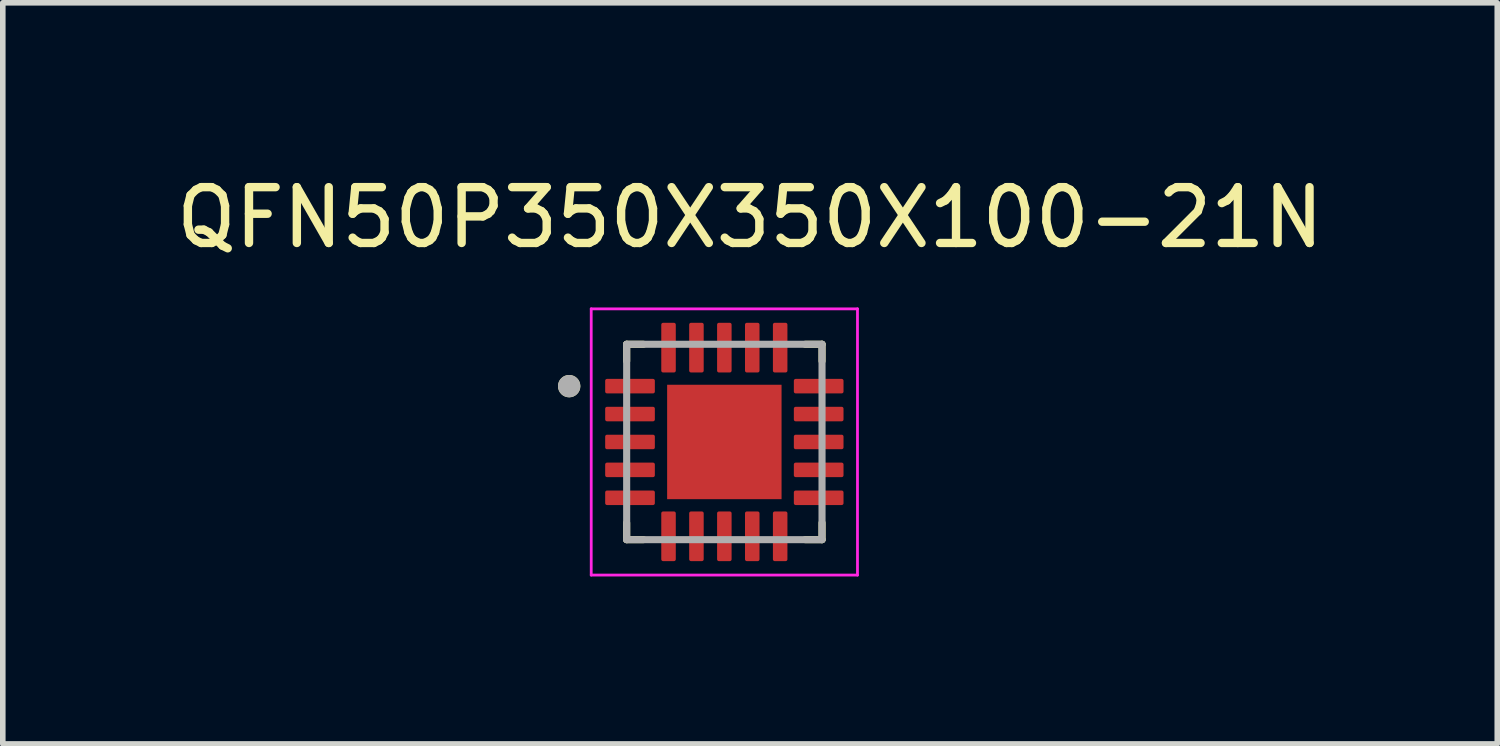
<source format=kicad_pcb>
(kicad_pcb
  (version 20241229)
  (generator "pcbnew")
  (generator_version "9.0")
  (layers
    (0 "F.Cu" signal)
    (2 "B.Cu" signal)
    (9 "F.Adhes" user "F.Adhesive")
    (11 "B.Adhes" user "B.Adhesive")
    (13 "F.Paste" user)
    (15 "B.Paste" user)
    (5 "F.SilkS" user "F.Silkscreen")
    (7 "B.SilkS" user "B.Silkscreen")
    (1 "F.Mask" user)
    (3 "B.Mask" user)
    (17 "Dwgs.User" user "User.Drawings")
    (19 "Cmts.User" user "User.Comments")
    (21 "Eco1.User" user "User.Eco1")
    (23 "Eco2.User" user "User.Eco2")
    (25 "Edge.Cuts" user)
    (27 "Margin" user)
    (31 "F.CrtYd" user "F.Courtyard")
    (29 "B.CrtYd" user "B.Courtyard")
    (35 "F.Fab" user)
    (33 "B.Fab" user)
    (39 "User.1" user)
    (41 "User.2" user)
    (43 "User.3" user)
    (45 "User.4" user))
  (footprint "QFN50P350X350X100-21N"
    (layer "F.Cu")
    (at 9.927 4.868)
    (property "Reference" "QFN50P350X350X100-21N" (at 0.46 -4.02 0) (layer "F.SilkS") (effects (font (size 1 1) (thickness 0.15))))
    (attr smd)
    (fp_line (start -1.75 -1.75) (end -1.75 -1.45) (stroke (width 0.127) (type solid)) (layer "F.SilkS"))
    (fp_line (start -1.75 -1.75) (end -1.45 -1.75) (stroke (width 0.127) (type solid)) (layer "F.SilkS"))
    (fp_line (start -1.75 1.75) (end -1.75 1.45) (stroke (width 0.127) (type solid)) (layer "F.SilkS"))
    (fp_line (start -1.75 1.75) (end -1.45 1.75) (stroke (width 0.127) (type solid)) (layer "F.SilkS"))
    (fp_line (start 1.75 -1.75) (end 1.45 -1.75) (stroke (width 0.127) (type solid)) (layer "F.SilkS"))
    (fp_line (start 1.75 -1.75) (end 1.75 -1.45) (stroke (width 0.127) (type solid)) (layer "F.SilkS"))
    (fp_line (start 1.75 1.75) (end 1.45 1.75) (stroke (width 0.127) (type solid)) (layer "F.SilkS"))
    (fp_line (start 1.75 1.75) (end 1.75 1.45) (stroke (width 0.127) (type solid)) (layer "F.SilkS"))
    (fp_circle (center -2.78 -1) (end -2.68 -1) (stroke (width 0.2) (type solid)) (fill no) (layer "F.SilkS"))
    (fp_poly (pts (xy -0.65 -0.65) (xy 0.65 -0.65) (xy 0.65 0.65) (xy -0.65 0.65)) (stroke (width 0.01) (type solid)) (fill yes) (layer "F.Paste"))
    (fp_line (start -2.385 -2.385) (end 2.385 -2.385) (stroke (width 0.05) (type solid)) (layer "F.CrtYd"))
    (fp_line (start -2.385 2.385) (end -2.385 -2.385) (stroke (width 0.05) (type solid)) (layer "F.CrtYd"))
    (fp_line (start -2.385 2.385) (end 2.385 2.385) (stroke (width 0.05) (type solid)) (layer "F.CrtYd"))
    (fp_line (start 2.385 2.385) (end 2.385 -2.385) (stroke (width 0.05) (type solid)) (layer "F.CrtYd"))
    (fp_line (start -1.75 1.75) (end -1.75 -1.75) (stroke (width 0.127) (type solid)) (layer "F.Fab"))
    (fp_line (start 1.75 -1.75) (end -1.75 -1.75) (stroke (width 0.127) (type solid)) (layer "F.Fab"))
    (fp_line (start 1.75 1.75) (end -1.75 1.75) (stroke (width 0.127) (type solid)) (layer "F.Fab"))
    (fp_line (start 1.75 1.75) (end 1.75 -1.75) (stroke (width 0.127) (type solid)) (layer "F.Fab"))
    (fp_circle (center -2.78 -1) (end -2.68 -1) (stroke (width 0.2) (type solid)) (fill no) (layer "F.Fab"))
    (pad "1" smd roundrect (at -1.69 -1) (size 0.89 0.26) (layers "F.Cu" "F.Mask" "F.Paste") (roundrect_rratio 0.125))
    (pad "2" smd roundrect (at -1.69 -0.5) (size 0.89 0.26) (layers "F.Cu" "F.Mask" "F.Paste") (roundrect_rratio 0.125))
    (pad "3" smd roundrect (at -1.69 0) (size 0.89 0.26) (layers "F.Cu" "F.Mask" "F.Paste") (roundrect_rratio 0.125))
    (pad "4" smd roundrect (at -1.69 0.5) (size 0.89 0.26) (layers "F.Cu" "F.Mask" "F.Paste") (roundrect_rratio 0.125))
    (pad "5" smd roundrect (at -1.69 1) (size 0.89 0.26) (layers "F.Cu" "F.Mask" "F.Paste") (roundrect_rratio 0.125))
    (pad "6" smd roundrect (at -1 1.69) (size 0.26 0.89) (layers "F.Cu" "F.Mask" "F.Paste") (roundrect_rratio 0.125))
    (pad "7" smd roundrect (at -0.5 1.69) (size 0.26 0.89) (layers "F.Cu" "F.Mask" "F.Paste") (roundrect_rratio 0.125))
    (pad "8" smd roundrect (at 0 1.69) (size 0.26 0.89) (layers "F.Cu" "F.Mask" "F.Paste") (roundrect_rratio 0.125))
    (pad "9" smd roundrect (at 0.5 1.69) (size 0.26 0.89) (layers "F.Cu" "F.Mask" "F.Paste") (roundrect_rratio 0.125))
    (pad "10" smd roundrect (at 1 1.69) (size 0.26 0.89) (layers "F.Cu" "F.Mask" "F.Paste") (roundrect_rratio 0.125))
    (pad "11" smd roundrect (at 1.69 1) (size 0.89 0.26) (layers "F.Cu" "F.Mask" "F.Paste") (roundrect_rratio 0.125))
    (pad "12" smd roundrect (at 1.69 0.5) (size 0.89 0.26) (layers "F.Cu" "F.Mask" "F.Paste") (roundrect_rratio 0.125))
    (pad "13" smd roundrect (at 1.69 0) (size 0.89 0.26) (layers "F.Cu" "F.Mask" "F.Paste") (roundrect_rratio 0.125))
    (pad "14" smd roundrect (at 1.69 -0.5) (size 0.89 0.26) (layers "F.Cu" "F.Mask" "F.Paste") (roundrect_rratio 0.125))
    (pad "15" smd roundrect (at 1.69 -1) (size 0.89 0.26) (layers "F.Cu" "F.Mask" "F.Paste") (roundrect_rratio 0.125))
    (pad "16" smd roundrect (at 1 -1.69) (size 0.26 0.89) (layers "F.Cu" "F.Mask" "F.Paste") (roundrect_rratio 0.125))
    (pad "17" smd roundrect (at 0.5 -1.69) (size 0.26 0.89) (layers "F.Cu" "F.Mask" "F.Paste") (roundrect_rratio 0.125))
    (pad "18" smd roundrect (at 0 -1.69) (size 0.26 0.89) (layers "F.Cu" "F.Mask" "F.Paste") (roundrect_rratio 0.125))
    (pad "19" smd roundrect (at -0.5 -1.69) (size 0.26 0.89) (layers "F.Cu" "F.Mask" "F.Paste") (roundrect_rratio 0.125))
    (pad "20" smd roundrect (at -1 -1.69) (size 0.26 0.89) (layers "F.Cu" "F.Mask" "F.Paste") (roundrect_rratio 0.125))
    (pad "21" smd rect (at 0 0) (size 2.05 2.05) (layers "F.Cu" "F.Mask")))
  (gr_rect
    (start -3 -3)
    (end 23.774 10.278)
    (stroke (width 0.1) (type default))
    (fill no)
    (layer "Edge.Cuts")))
</source>
